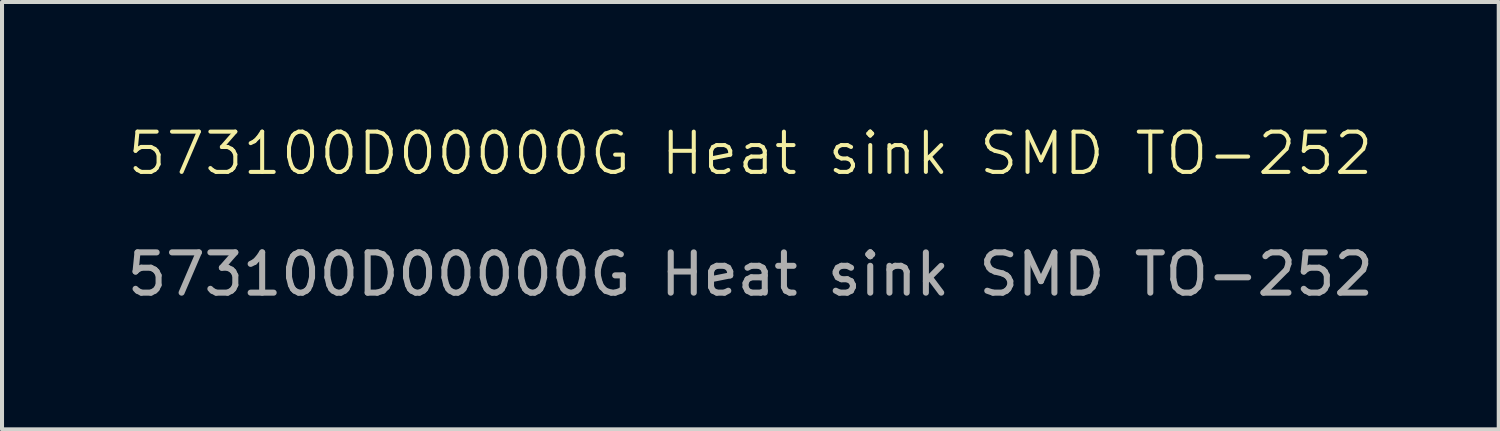
<source format=kicad_pcb>
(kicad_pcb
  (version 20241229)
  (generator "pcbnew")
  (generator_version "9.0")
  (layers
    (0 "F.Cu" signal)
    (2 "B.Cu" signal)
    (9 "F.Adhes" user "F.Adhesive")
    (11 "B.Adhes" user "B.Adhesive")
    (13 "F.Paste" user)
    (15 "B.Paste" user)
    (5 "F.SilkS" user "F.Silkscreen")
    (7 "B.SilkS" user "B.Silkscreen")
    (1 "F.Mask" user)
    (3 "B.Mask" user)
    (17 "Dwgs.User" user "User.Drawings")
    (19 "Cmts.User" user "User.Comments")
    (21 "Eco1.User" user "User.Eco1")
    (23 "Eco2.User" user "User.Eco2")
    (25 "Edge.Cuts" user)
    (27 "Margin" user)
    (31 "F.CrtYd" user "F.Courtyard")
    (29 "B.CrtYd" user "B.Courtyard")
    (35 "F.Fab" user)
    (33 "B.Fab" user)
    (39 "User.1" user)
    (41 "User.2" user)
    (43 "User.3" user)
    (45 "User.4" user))
  (footprint "573100D00000G Heat sink SMD TO-252"
    (layer "F.Cu")
    (at 15.577 1.26)
    (property "Reference" "573100D00000G Heat sink SMD TO-252" (at 0 -0.5 0) (unlocked yes) (layer "F.SilkS") (effects (font (size 1 1) (thickness 0.1))))
    (attr smd)
    (fp_text user "${REFERENCE}" (at 0 2.5 0) (unlocked yes) (layer "F.Fab") (effects (font (size 1 1) (thickness 0.15)))))
  (gr_rect
    (start -3 -3)
    (end 34.155 7.609)
    (stroke (width 0.1) (type default))
    (fill no)
    (layer "Edge.Cuts")))
</source>
